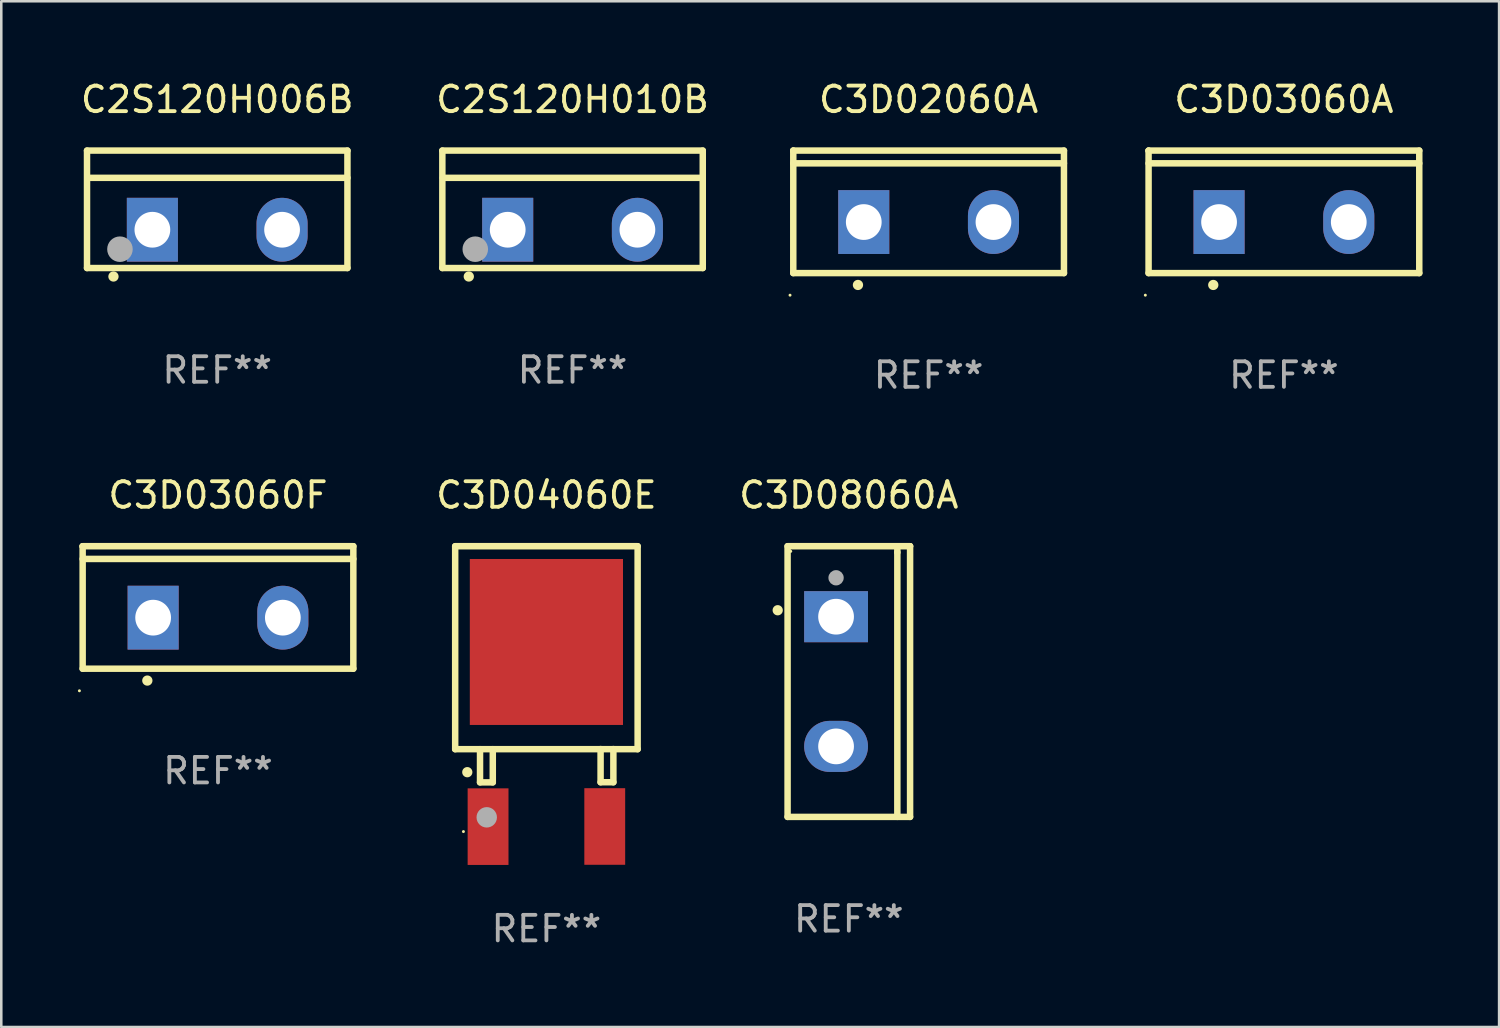
<source format=kicad_pcb>
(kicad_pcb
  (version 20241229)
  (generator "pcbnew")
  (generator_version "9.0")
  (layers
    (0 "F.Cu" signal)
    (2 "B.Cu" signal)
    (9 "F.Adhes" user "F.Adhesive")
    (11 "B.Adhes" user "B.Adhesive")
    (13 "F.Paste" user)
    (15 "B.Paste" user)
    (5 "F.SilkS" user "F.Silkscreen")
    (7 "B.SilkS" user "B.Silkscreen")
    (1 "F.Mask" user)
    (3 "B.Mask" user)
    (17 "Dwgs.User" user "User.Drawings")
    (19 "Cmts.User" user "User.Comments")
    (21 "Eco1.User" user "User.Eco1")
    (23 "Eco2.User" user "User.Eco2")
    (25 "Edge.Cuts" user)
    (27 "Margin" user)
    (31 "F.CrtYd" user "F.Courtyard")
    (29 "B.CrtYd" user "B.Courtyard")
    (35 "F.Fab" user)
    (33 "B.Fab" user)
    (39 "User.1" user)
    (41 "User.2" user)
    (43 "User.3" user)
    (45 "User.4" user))
  (footprint "C3D04060E"
    (layer "F.Cu")
    (at 18.351 23.835)
    (property "Reference" "C3D04060E" (at 0 -7.492 0) (layer "F.SilkS") (effects (font (size 1 1) (thickness 0.15))))
    (attr through_hole)
    (fp_line (start -3.573 -5.492) (end -3.573 2.458) (stroke (width 0.254) (type solid)) (layer "F.SilkS"))
    (fp_line (start -3.573 2.458) (end 3.573 2.458) (stroke (width 0.254) (type solid)) (layer "F.SilkS"))
    (fp_line (start -2.6 2.458) (end -2.6 3.757) (stroke (width 0.254) (type solid)) (layer "F.SilkS"))
    (fp_line (start -2.6 3.757) (end -2.1 3.757) (stroke (width 0.254) (type solid)) (layer "F.SilkS"))
    (fp_line (start -2.1 3.757) (end -2.1 2.458) (stroke (width 0.254) (type solid)) (layer "F.SilkS"))
    (fp_line (start 2.122 2.453) (end 2.122 3.753) (stroke (width 0.254) (type solid)) (layer "F.SilkS"))
    (fp_line (start 2.122 3.753) (end 2.623 3.753) (stroke (width 0.254) (type solid)) (layer "F.SilkS"))
    (fp_line (start 2.623 3.753) (end 2.623 2.453) (stroke (width 0.254) (type solid)) (layer "F.SilkS"))
    (fp_line (start 3.573 -5.492) (end -3.573 -5.492) (stroke (width 0.254) (type solid)) (layer "F.SilkS"))
    (fp_line (start 3.573 2.458) (end 3.573 -5.492) (stroke (width 0.254) (type solid)) (layer "F.SilkS"))
    (fp_arc (start -3.098806 3.360224) (mid -3.09881 3.358954) (end -3.098806 3.357684) (stroke (width 0.4) (type solid)) (layer "F.SilkS"))
    (fp_circle (center -3.25 5.685) (end -3.22 5.685) (stroke (width 0.06) (type solid)) (fill no) (layer "F.SilkS"))
    (fp_circle (center -2.337 5.127) (end -2.137 5.127) (stroke (width 0.4) (type solid)) (fill no) (layer "F.Fab"))
    (fp_text user "REF**" (at 0 9.492 0) (layer "F.Fab") (effects (font (size 1 1) (thickness 0.15))))
    (pad "1" smd rect (at -2.285 5.492) (size 1.6 3) (layers "F.Cu" "F.Mask" "F.Paste"))
    (pad "2" smd rect (at 2.285 5.486 180) (size 1.6 3) (layers "F.Cu" "F.Mask" "F.Paste"))
    (pad "3" smd rect (at -0.000102 -1.741) (size 6 6.5) (layers "F.Cu" "F.Mask" "F.Paste")))
  (footprint "C2S120H006B"
    (layer "F.Cu")
    (at 5.458 5.148)
    (property "Reference" "C2S120H006B" (at 0 -4.3 0) (layer "F.SilkS") (effects (font (size 1 1) (thickness 0.15))))
    (attr through_hole)
    (fp_line (start -5.1 -2.3) (end -5.1 2.3) (stroke (width 0.254) (type solid)) (layer "F.SilkS"))
    (fp_line (start -5.1 2.3) (end 5.1 2.3) (stroke (width 0.254) (type solid)) (layer "F.SilkS"))
    (fp_line (start -5.08 -1.232) (end 5.1 -1.232) (stroke (width 0.254) (type solid)) (layer "F.SilkS"))
    (fp_line (start 5.1 -2.3) (end -5.1 -2.3) (stroke (width 0.254) (type solid)) (layer "F.SilkS"))
    (fp_line (start 5.1 -2.3) (end 5.1 2.3) (stroke (width 0.254) (type solid)) (layer "F.SilkS"))
    (fp_arc (start -4.065278 2.632004) (mid -4.064008 2.632) (end -4.062738 2.632004) (stroke (width 0.4) (type solid)) (layer "F.SilkS"))
    (fp_circle (center -5.1 2.32) (end -5.07 2.32) (stroke (width 0.06) (type solid)) (fill no) (layer "F.SilkS"))
    (fp_circle (center -3.81 1.562) (end -3.56 1.562) (stroke (width 0.5) (type solid)) (fill no) (layer "F.Fab"))
    (fp_text user "REF**" (at 0 6.3 0) (layer "F.Fab") (effects (font (size 1 1) (thickness 0.15))))
    (pad "1" thru_hole rect (at -2.54 0.8) (size 2 2.5) (drill 1.4) (layers "*.Cu" "*.Mask"))
    (pad "2" thru_hole oval (at 2.54 0.8) (size 2 2.5) (drill 1.4) (layers "*.Cu" "*.Mask")))
  (footprint "C3D02060A"
    (layer "F.Cu")
    (at 33.321 5.247)
    (property "Reference" "C3D02060A" (at 0 -4.399 0) (layer "F.SilkS") (effects (font (size 1 1) (thickness 0.15))))
    (attr through_hole)
    (fp_line (start -5.301 -2.399) (end 5.301 -2.399) (stroke (width 0.254) (type solid)) (layer "F.SilkS"))
    (fp_line (start -5.301 -2.394) (end -5.301 -2.399) (stroke (width 0.254) (type solid)) (layer "F.SilkS"))
    (fp_line (start -5.301 2.399) (end -5.301 -2.394) (stroke (width 0.254) (type solid)) (layer "F.SilkS"))
    (fp_line (start 5.3 -1.9) (end -5.3 -1.9) (stroke (width 0.254) (type solid)) (layer "F.SilkS"))
    (fp_line (start 5.301 -2.399) (end 5.301 2.399) (stroke (width 0.254) (type solid)) (layer "F.SilkS"))
    (fp_line (start 5.301 2.399) (end -5.301 2.399) (stroke (width 0.254) (type solid)) (layer "F.SilkS"))
    (fp_arc (start -2.768606 2.863843) (mid -2.767336 2.863839) (end -2.766066 2.863843) (stroke (width 0.4) (type solid)) (layer "F.SilkS"))
    (fp_circle (center -5.428 3.264) (end -5.398 3.264) (stroke (width 0.06) (type solid)) (fill no) (layer "F.SilkS"))
    (fp_text user "REF**" (at 0 6.399 0) (layer "F.Fab") (effects (font (size 1 1) (thickness 0.15))))
    (pad "1" thru_hole rect (at -2.54 0.4) (size 2 2.5) (drill 1.4) (layers "*.Cu" "*.Mask"))
    (pad "2" thru_hole oval (at 2.54 0.4) (size 2 2.5) (drill 1.4) (layers "*.Cu" "*.Mask")))
  (footprint "C3D03060F"
    (layer "F.Cu")
    (at 5.488 20.742)
    (property "Reference" "C3D03060F" (at 0 -4.399 0) (layer "F.SilkS") (effects (font (size 1 1) (thickness 0.15))))
    (attr through_hole)
    (fp_line (start -5.301 -2.399) (end 5.301 -2.399) (stroke (width 0.254) (type solid)) (layer "F.SilkS"))
    (fp_line (start -5.301 -2.394) (end -5.301 -2.399) (stroke (width 0.254) (type solid)) (layer "F.SilkS"))
    (fp_line (start -5.301 2.399) (end -5.301 -2.394) (stroke (width 0.254) (type solid)) (layer "F.SilkS"))
    (fp_line (start 5.3 -1.9) (end -5.3 -1.9) (stroke (width 0.254) (type solid)) (layer "F.SilkS"))
    (fp_line (start 5.301 -2.399) (end 5.301 2.399) (stroke (width 0.254) (type solid)) (layer "F.SilkS"))
    (fp_line (start 5.301 2.399) (end -5.301 2.399) (stroke (width 0.254) (type solid)) (layer "F.SilkS"))
    (fp_arc (start -2.768606 2.863843) (mid -2.767336 2.863839) (end -2.766066 2.863843) (stroke (width 0.4) (type solid)) (layer "F.SilkS"))
    (fp_circle (center -5.428 3.264) (end -5.398 3.264) (stroke (width 0.06) (type solid)) (fill no) (layer "F.SilkS"))
    (fp_text user "REF**" (at 0 6.399 0) (layer "F.Fab") (effects (font (size 1 1) (thickness 0.15))))
    (pad "1" thru_hole rect (at -2.54 0.4) (size 2 2.5) (drill 1.4) (layers "*.Cu" "*.Mask"))
    (pad "2" thru_hole oval (at 2.54 0.4) (size 2 2.5) (drill 1.4) (layers "*.Cu" "*.Mask")))
  (footprint "C3D08060A"
    (layer "F.Cu")
    (at 30.196 23.644)
    (property "Reference" "C3D08060A" (at 0 -7.301 0) (layer "F.SilkS") (effects (font (size 1 1) (thickness 0.15))))
    (attr through_hole)
    (fp_line (start -2.399 -5.301) (end 2.394 -5.301) (stroke (width 0.254) (type solid)) (layer "F.SilkS"))
    (fp_line (start -2.399 5.301) (end -2.399 -5.301) (stroke (width 0.254) (type solid)) (layer "F.SilkS"))
    (fp_line (start 1.9 -5.061) (end 1.9 -5.3) (stroke (width 0.254) (type solid)) (layer "F.SilkS"))
    (fp_line (start 1.9 5.3) (end 1.9 -5.061) (stroke (width 0.254) (type solid)) (layer "F.SilkS"))
    (fp_line (start 2.394 -5.301) (end 2.399 -5.301) (stroke (width 0.254) (type solid)) (layer "F.SilkS"))
    (fp_line (start 2.399 -5.301) (end 2.399 5.301) (stroke (width 0.254) (type solid)) (layer "F.SilkS"))
    (fp_line (start 2.399 5.301) (end -2.399 5.301) (stroke (width 0.254) (type solid)) (layer "F.SilkS"))
    (fp_arc (start -2.786043 -2.791466) (mid -2.786047 -2.792736) (end -2.786043 -2.794006) (stroke (width 0.4) (type solid)) (layer "F.SilkS"))
    (fp_circle (center -2.275 -5.1) (end -2.245 -5.1) (stroke (width 0.06) (type solid)) (fill no) (layer "F.SilkS"))
    (fp_circle (center -0.5 -4.064) (end -0.35 -4.064) (stroke (width 0.3) (type solid)) (fill no) (layer "F.Fab"))
    (fp_text user "REF**" (at 0 9.301 0) (layer "F.Fab") (effects (font (size 1 1) (thickness 0.15))))
    (pad "1" thru_hole rect (at -0.5 -2.54 270) (size 2 2.5) (drill 1.4) (layers "*.Cu" "*.Mask"))
    (pad "3" thru_hole oval (at -0.5 2.54 270) (size 2 2.5) (drill 1.4) (layers "*.Cu" "*.Mask")))
  (footprint "C2S120H010B"
    (layer "F.Cu")
    (at 19.375 5.148)
    (property "Reference" "C2S120H010B" (at 0 -4.3 0) (layer "F.SilkS") (effects (font (size 1 1) (thickness 0.15))))
    (attr through_hole)
    (fp_line (start -5.1 -2.3) (end -5.1 2.3) (stroke (width 0.254) (type solid)) (layer "F.SilkS"))
    (fp_line (start -5.1 2.3) (end 5.1 2.3) (stroke (width 0.254) (type solid)) (layer "F.SilkS"))
    (fp_line (start -5.08 -1.232) (end 5.1 -1.232) (stroke (width 0.254) (type solid)) (layer "F.SilkS"))
    (fp_line (start 5.1 -2.3) (end -5.1 -2.3) (stroke (width 0.254) (type solid)) (layer "F.SilkS"))
    (fp_line (start 5.1 -2.3) (end 5.1 2.3) (stroke (width 0.254) (type solid)) (layer "F.SilkS"))
    (fp_arc (start -4.065278 2.632004) (mid -4.064008 2.632) (end -4.062738 2.632004) (stroke (width 0.4) (type solid)) (layer "F.SilkS"))
    (fp_circle (center -5.1 2.32) (end -5.07 2.32) (stroke (width 0.06) (type solid)) (fill no) (layer "F.SilkS"))
    (fp_circle (center -3.81 1.562) (end -3.56 1.562) (stroke (width 0.5) (type solid)) (fill no) (layer "F.Fab"))
    (fp_text user "REF**" (at 0 6.3 0) (layer "F.Fab") (effects (font (size 1 1) (thickness 0.15))))
    (pad "1" thru_hole rect (at -2.54 0.8) (size 2 2.5) (drill 1.4) (layers "*.Cu" "*.Mask"))
    (pad "2" thru_hole oval (at 2.54 0.8) (size 2 2.5) (drill 1.4) (layers "*.Cu" "*.Mask")))
  (footprint "C3D03060A"
    (layer "F.Cu")
    (at 47.237 5.247)
    (property "Reference" "C3D03060A" (at 0 -4.399 0) (layer "F.SilkS") (effects (font (size 1 1) (thickness 0.15))))
    (attr through_hole)
    (fp_line (start -5.301 -2.399) (end 5.301 -2.399) (stroke (width 0.254) (type solid)) (layer "F.SilkS"))
    (fp_line (start -5.301 -2.394) (end -5.301 -2.399) (stroke (width 0.254) (type solid)) (layer "F.SilkS"))
    (fp_line (start -5.301 2.399) (end -5.301 -2.394) (stroke (width 0.254) (type solid)) (layer "F.SilkS"))
    (fp_line (start 5.3 -1.9) (end -5.3 -1.9) (stroke (width 0.254) (type solid)) (layer "F.SilkS"))
    (fp_line (start 5.301 -2.399) (end 5.301 2.399) (stroke (width 0.254) (type solid)) (layer "F.SilkS"))
    (fp_line (start 5.301 2.399) (end -5.301 2.399) (stroke (width 0.254) (type solid)) (layer "F.SilkS"))
    (fp_arc (start -2.768606 2.863843) (mid -2.767336 2.863839) (end -2.766066 2.863843) (stroke (width 0.4) (type solid)) (layer "F.SilkS"))
    (fp_circle (center -5.428 3.264) (end -5.398 3.264) (stroke (width 0.06) (type solid)) (fill no) (layer "F.SilkS"))
    (fp_text user "REF**" (at 0 6.399 0) (layer "F.Fab") (effects (font (size 1 1) (thickness 0.15))))
    (pad "1" thru_hole rect (at -2.54 0.4) (size 2 2.5) (drill 1.4) (layers "*.Cu" "*.Mask"))
    (pad "2" thru_hole oval (at 2.54 0.4) (size 2 2.5) (drill 1.4) (layers "*.Cu" "*.Mask")))
  (gr_rect
    (start -3 -3)
    (end 55.665 37.176)
    (stroke (width 0.1) (type default))
    (fill no)
    (layer "Edge.Cuts")))
</source>
